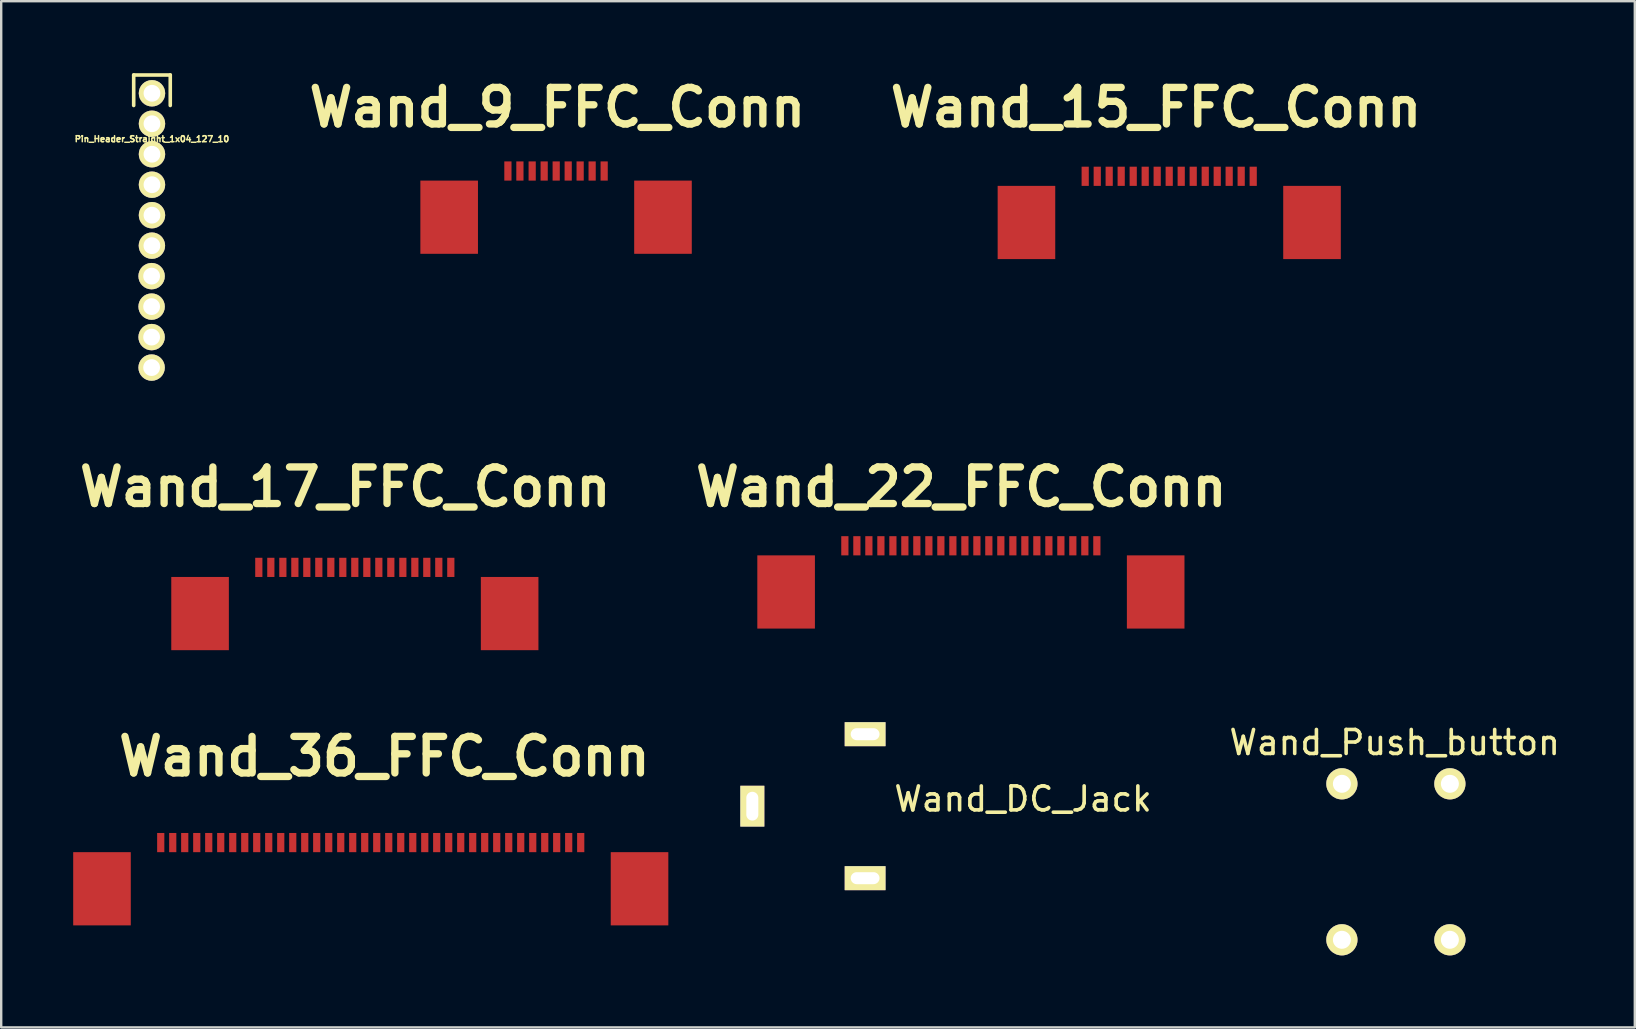
<source format=kicad_pcb>
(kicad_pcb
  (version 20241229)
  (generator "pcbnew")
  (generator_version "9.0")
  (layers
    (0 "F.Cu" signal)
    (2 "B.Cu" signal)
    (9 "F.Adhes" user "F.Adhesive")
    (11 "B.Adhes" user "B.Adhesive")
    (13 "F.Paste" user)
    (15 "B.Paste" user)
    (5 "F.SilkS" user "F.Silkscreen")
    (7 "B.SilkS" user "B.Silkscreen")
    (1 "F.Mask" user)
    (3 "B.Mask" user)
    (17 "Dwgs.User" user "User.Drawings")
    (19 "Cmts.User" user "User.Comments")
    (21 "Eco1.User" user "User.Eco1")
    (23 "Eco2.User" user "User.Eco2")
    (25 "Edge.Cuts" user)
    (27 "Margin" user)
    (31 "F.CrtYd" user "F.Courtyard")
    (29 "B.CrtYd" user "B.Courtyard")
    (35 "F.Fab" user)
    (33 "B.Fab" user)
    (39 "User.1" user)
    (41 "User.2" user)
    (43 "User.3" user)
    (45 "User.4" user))
  (footprint "Wand_Push_button"
    (layer "F.Cu")
    (at 55.068 32.862)
    (property "Reference" "Wand_Push_button" (at 0 -4.97 0) (layer "F.SilkS") (effects (font (size 1 1) (thickness 0.15))))
    (attr through_hole)
    (pad "1" thru_hole circle (at 2.3 -3.25) (size 1.3 1.3) (drill 0.75) (layers "*.Cu" "*.Mask" "F.SilkS"))
    (pad "2" thru_hole circle (at 2.3 3.25) (size 1.3 1.3) (drill 0.75) (layers "*.Cu" "*.Mask" "F.SilkS"))
    (pad "3" thru_hole circle (at -2.2 -3.25) (size 1.3 1.3) (drill 0.75) (layers "*.Cu" "*.Mask" "F.SilkS"))
    (pad "4" thru_hole circle (at -2.2 3.25) (size 1.3 1.3) (drill 0.75) (layers "*.Cu" "*.Mask" "F.SilkS")))
  (footprint "Wand_DC_Jack"
    (layer "F.Cu")
    (at 31.8 30.544)
    (property "Reference" "Wand_DC_Jack" (at 7.78 -0.3 0) (layer "F.SilkS") (effects (font (size 1 1) (thickness 0.15))))
    (attr through_hole)
    (pad "1" thru_hole rect (at 1.2 3) (size 1.7 1) (drill oval 1.2 0.5) (layers "*.Cu" "*.Mask" "F.SilkS"))
    (pad "2" thru_hole rect (at 1.2 -3) (size 1.7 1) (drill oval 1.2 0.5) (layers "*.Cu" "*.Mask" "F.SilkS"))
    (pad "3" thru_hole rect (at -3.5 0) (size 1 1.7) (drill oval 0.5 1.2) (layers "*.Cu" "*.Mask" "F.SilkS")))
  (footprint "Wand_15_FFC_Conn"
    (layer "F.Cu")
    (at 44.422 4.296)
    (property "Reference" "Wand_15_FFC_Conn" (at 0.7 -2.87 0) (layer "F.SilkS") (effects (font (size 1.524 1.524) (thickness 0.305))))
    (attr through_hole)
    (pad "" smd rect (at -4.699 1.925) (size 2.4 3.051) (layers "F.Cu" "F.Mask" "F.Paste"))
    (pad "" smd rect (at 7.201 1.925) (size 2.4 3.051) (layers "F.Cu" "F.Mask" "F.Paste"))
    (pad "1" smd rect (at 4.75 0) (size 0.3 0.8) (layers "F.Cu" "F.Mask" "F.Paste"))
    (pad "2" smd rect (at 4.249 0) (size 0.3 0.8) (layers "F.Cu" "F.Mask" "F.Paste"))
    (pad "3" smd rect (at 3.749 0) (size 0.3 0.8) (layers "F.Cu" "F.Mask" "F.Paste"))
    (pad "4" smd rect (at 3.251 0) (size 0.3 0.8) (layers "F.Cu" "F.Mask" "F.Paste"))
    (pad "5" smd rect (at 2.751 0) (size 0.3 0.8) (layers "F.Cu" "F.Mask" "F.Paste"))
    (pad "6" smd rect (at 2.25 0) (size 0.3 0.8) (layers "F.Cu" "F.Mask" "F.Paste"))
    (pad "7" smd rect (at 1.75 0) (size 0.3 0.8) (layers "F.Cu" "F.Mask" "F.Paste"))
    (pad "8" smd rect (at 1.25 0) (size 0.3 0.8) (layers "F.Cu" "F.Mask" "F.Paste"))
    (pad "9" smd rect (at 0.749 0) (size 0.3 0.8) (layers "F.Cu" "F.Mask" "F.Paste"))
    (pad "10" smd rect (at 0.249 0) (size 0.3 0.8) (layers "F.Cu" "F.Mask" "F.Paste"))
    (pad "11" smd rect (at -0.25 0) (size 0.3 0.8) (layers "F.Cu" "F.Mask" "F.Paste"))
    (pad "12" smd rect (at -0.751 0) (size 0.3 0.8) (layers "F.Cu" "F.Mask" "F.Paste"))
    (pad "13" smd rect (at -1.251 0) (size 0.3 0.8) (layers "F.Cu" "F.Mask" "F.Paste"))
    (pad "14" smd rect (at -1.749 0) (size 0.3 0.8) (layers "F.Cu" "F.Mask" "F.Paste"))
    (pad "15" smd rect (at -2.251 0) (size 0.3 0.8) (layers "F.Cu" "F.Mask" "F.Paste")))
  (footprint "Wand_17_FFC_Conn"
    (layer "F.Cu")
    (at 10.986 20.593)
    (property "Reference" "Wand_17_FFC_Conn" (at 0.35 -3.35 0) (layer "F.SilkS") (effects (font (size 1.524 1.524) (thickness 0.305))))
    (attr through_hole)
    (pad "" smd rect (at -5.699 1.925) (size 2.4 3.051) (layers "F.Cu" "F.Mask" "F.Paste"))
    (pad "" smd rect (at 7.201 1.925) (size 2.4 3.051) (layers "F.Cu" "F.Mask" "F.Paste"))
    (pad "1" smd rect (at 4.75 0) (size 0.3 0.8) (layers "F.Cu" "F.Mask" "F.Paste"))
    (pad "2" smd rect (at 4.249 0) (size 0.3 0.8) (layers "F.Cu" "F.Mask" "F.Paste"))
    (pad "3" smd rect (at 3.749 0) (size 0.3 0.8) (layers "F.Cu" "F.Mask" "F.Paste"))
    (pad "4" smd rect (at 3.251 0) (size 0.3 0.8) (layers "F.Cu" "F.Mask" "F.Paste"))
    (pad "5" smd rect (at 2.751 0) (size 0.3 0.8) (layers "F.Cu" "F.Mask" "F.Paste"))
    (pad "6" smd rect (at 2.25 0) (size 0.3 0.8) (layers "F.Cu" "F.Mask" "F.Paste"))
    (pad "7" smd rect (at 1.75 0) (size 0.3 0.8) (layers "F.Cu" "F.Mask" "F.Paste"))
    (pad "8" smd rect (at 1.25 0) (size 0.3 0.8) (layers "F.Cu" "F.Mask" "F.Paste"))
    (pad "9" smd rect (at 0.749 0) (size 0.3 0.8) (layers "F.Cu" "F.Mask" "F.Paste"))
    (pad "10" smd rect (at 0.249 0) (size 0.3 0.8) (layers "F.Cu" "F.Mask" "F.Paste"))
    (pad "11" smd rect (at -0.25 0) (size 0.3 0.8) (layers "F.Cu" "F.Mask" "F.Paste"))
    (pad "12" smd rect (at -0.751 0) (size 0.3 0.8) (layers "F.Cu" "F.Mask" "F.Paste"))
    (pad "13" smd rect (at -1.251 0) (size 0.3 0.8) (layers "F.Cu" "F.Mask" "F.Paste"))
    (pad "14" smd rect (at -1.749 0) (size 0.3 0.8) (layers "F.Cu" "F.Mask" "F.Paste"))
    (pad "15" smd rect (at -2.249 0) (size 0.3 0.8) (layers "F.Cu" "F.Mask" "F.Paste"))
    (pad "16" smd rect (at -2.75 0) (size 0.3 0.8) (layers "F.Cu" "F.Mask" "F.Paste"))
    (pad "17" smd rect (at -3.251 0) (size 0.3 0.8) (layers "F.Cu" "F.Mask" "F.Paste")))
  (footprint "Wand_22_FFC_Conn"
    (layer "F.Cu")
    (at 37.907 19.693)
    (property "Reference" "Wand_22_FFC_Conn" (at -0.9 -2.45 0) (layer "F.SilkS") (effects (font (size 1.524 1.524) (thickness 0.305))))
    (attr through_hole)
    (pad "" smd rect (at -8.199 1.925) (size 2.4 3.051) (layers "F.Cu" "F.Mask" "F.Paste"))
    (pad "" smd rect (at 7.201 1.925) (size 2.4 3.051) (layers "F.Cu" "F.Mask" "F.Paste"))
    (pad "1" smd rect (at 4.75 0) (size 0.3 0.8) (layers "F.Cu" "F.Mask" "F.Paste"))
    (pad "2" smd rect (at 4.249 0) (size 0.3 0.8) (layers "F.Cu" "F.Mask" "F.Paste"))
    (pad "3" smd rect (at 3.749 0) (size 0.3 0.8) (layers "F.Cu" "F.Mask" "F.Paste"))
    (pad "4" smd rect (at 3.251 0) (size 0.3 0.8) (layers "F.Cu" "F.Mask" "F.Paste"))
    (pad "5" smd rect (at 2.751 0) (size 0.3 0.8) (layers "F.Cu" "F.Mask" "F.Paste"))
    (pad "6" smd rect (at 2.25 0) (size 0.3 0.8) (layers "F.Cu" "F.Mask" "F.Paste"))
    (pad "7" smd rect (at 1.75 0) (size 0.3 0.8) (layers "F.Cu" "F.Mask" "F.Paste"))
    (pad "8" smd rect (at 1.25 0) (size 0.3 0.8) (layers "F.Cu" "F.Mask" "F.Paste"))
    (pad "9" smd rect (at 0.749 0) (size 0.3 0.8) (layers "F.Cu" "F.Mask" "F.Paste"))
    (pad "10" smd rect (at 0.249 0) (size 0.3 0.8) (layers "F.Cu" "F.Mask" "F.Paste"))
    (pad "11" smd rect (at -0.249 0) (size 0.3 0.8) (layers "F.Cu" "F.Mask" "F.Paste"))
    (pad "12" smd rect (at -0.749 0) (size 0.3 0.8) (layers "F.Cu" "F.Mask" "F.Paste"))
    (pad "13" smd rect (at -1.25 0) (size 0.3 0.8) (layers "F.Cu" "F.Mask" "F.Paste"))
    (pad "14" smd rect (at -1.75 0) (size 0.3 0.8) (layers "F.Cu" "F.Mask" "F.Paste"))
    (pad "15" smd rect (at -2.25 0) (size 0.3 0.8) (layers "F.Cu" "F.Mask" "F.Paste"))
    (pad "16" smd rect (at -2.751 0) (size 0.3 0.8) (layers "F.Cu" "F.Mask" "F.Paste"))
    (pad "17" smd rect (at -3.251 0) (size 0.3 0.8) (layers "F.Cu" "F.Mask" "F.Paste"))
    (pad "18" smd rect (at -3.749 0) (size 0.3 0.8) (layers "F.Cu" "F.Mask" "F.Paste"))
    (pad "19" smd rect (at -4.249 0) (size 0.3 0.8) (layers "F.Cu" "F.Mask" "F.Paste"))
    (pad "20" smd rect (at -4.75 0) (size 0.3 0.8) (layers "F.Cu" "F.Mask" "F.Paste"))
    (pad "21" smd rect (at -5.25 0) (size 0.3 0.8) (layers "F.Cu" "F.Mask" "F.Paste"))
    (pad "22" smd rect (at -5.751 0) (size 0.3 0.8) (layers "F.Cu" "F.Mask" "F.Paste")))
  (footprint "Wand_36_FFC_Conn"
    (layer "F.Cu")
    (at 16.399 32.061)
    (property "Reference" "Wand_36_FFC_Conn" (at -3.43 -3.59 0) (layer "F.SilkS") (effects (font (size 1.524 1.524) (thickness 0.305))))
    (attr through_hole)
    (pad "" smd rect (at -15.199 1.925) (size 2.4 3.051) (layers "F.Cu" "F.Mask" "F.Paste"))
    (pad "" smd rect (at 7.201 1.925) (size 2.4 3.051) (layers "F.Cu" "F.Mask" "F.Paste"))
    (pad "1" smd rect (at 4.75 0) (size 0.3 0.8) (layers "F.Cu" "F.Mask" "F.Paste"))
    (pad "2" smd rect (at 4.249 0) (size 0.3 0.8) (layers "F.Cu" "F.Mask" "F.Paste"))
    (pad "3" smd rect (at 3.749 0) (size 0.3 0.8) (layers "F.Cu" "F.Mask" "F.Paste"))
    (pad "4" smd rect (at 3.251 0) (size 0.3 0.8) (layers "F.Cu" "F.Mask" "F.Paste"))
    (pad "5" smd rect (at 2.751 0) (size 0.3 0.8) (layers "F.Cu" "F.Mask" "F.Paste"))
    (pad "6" smd rect (at 2.25 0) (size 0.3 0.8) (layers "F.Cu" "F.Mask" "F.Paste"))
    (pad "7" smd rect (at 1.75 0) (size 0.3 0.8) (layers "F.Cu" "F.Mask" "F.Paste"))
    (pad "8" smd rect (at 1.25 0) (size 0.3 0.8) (layers "F.Cu" "F.Mask" "F.Paste"))
    (pad "9" smd rect (at 0.749 0) (size 0.3 0.8) (layers "F.Cu" "F.Mask" "F.Paste"))
    (pad "10" smd rect (at 0.249 0) (size 0.3 0.8) (layers "F.Cu" "F.Mask" "F.Paste"))
    (pad "11" smd rect (at -0.25 0) (size 0.3 0.8) (layers "F.Cu" "F.Mask" "F.Paste"))
    (pad "12" smd rect (at -0.751 0) (size 0.3 0.8) (layers "F.Cu" "F.Mask" "F.Paste"))
    (pad "13" smd rect (at -1.251 0) (size 0.3 0.8) (layers "F.Cu" "F.Mask" "F.Paste"))
    (pad "14" smd rect (at -1.749 0) (size 0.3 0.8) (layers "F.Cu" "F.Mask" "F.Paste"))
    (pad "15" smd rect (at -2.249 0) (size 0.3 0.8) (layers "F.Cu" "F.Mask" "F.Paste"))
    (pad "16" smd rect (at -2.75 0) (size 0.3 0.8) (layers "F.Cu" "F.Mask" "F.Paste"))
    (pad "17" smd rect (at -3.25 0) (size 0.3 0.8) (layers "F.Cu" "F.Mask" "F.Paste"))
    (pad "18" smd rect (at -3.75 0) (size 0.3 0.8) (layers "F.Cu" "F.Mask" "F.Paste"))
    (pad "19" smd rect (at -4.251 0) (size 0.3 0.8) (layers "F.Cu" "F.Mask" "F.Paste"))
    (pad "20" smd rect (at -4.751 0) (size 0.3 0.8) (layers "F.Cu" "F.Mask" "F.Paste"))
    (pad "21" smd rect (at -5.25 0) (size 0.3 0.8) (layers "F.Cu" "F.Mask" "F.Paste"))
    (pad "22" smd rect (at -5.751 0) (size 0.3 0.8) (layers "F.Cu" "F.Mask" "F.Paste"))
    (pad "23" smd rect (at -6.251 0) (size 0.3 0.8) (layers "F.Cu" "F.Mask" "F.Paste"))
    (pad "24" smd rect (at -6.75 0) (size 0.3 0.8) (layers "F.Cu" "F.Mask" "F.Paste"))
    (pad "25" smd rect (at -7.25 0) (size 0.3 0.8) (layers "F.Cu" "F.Mask" "F.Paste"))
    (pad "26" smd rect (at -7.75 0) (size 0.3 0.8) (layers "F.Cu" "F.Mask" "F.Paste"))
    (pad "27" smd rect (at -8.251 0) (size 0.3 0.8) (layers "F.Cu" "F.Mask" "F.Paste"))
    (pad "28" smd rect (at -8.751 0) (size 0.3 0.8) (layers "F.Cu" "F.Mask" "F.Paste"))
    (pad "29" smd rect (at -9.25 0) (size 0.3 0.8) (layers "F.Cu" "F.Mask" "F.Paste"))
    (pad "30" smd rect (at -9.751 0) (size 0.3 0.8) (layers "F.Cu" "F.Mask" "F.Paste"))
    (pad "31" smd rect (at -10.251 0) (size 0.3 0.8) (layers "F.Cu" "F.Mask" "F.Paste"))
    (pad "32" smd rect (at -10.751 0) (size 0.3 0.8) (layers "F.Cu" "F.Mask" "F.Paste"))
    (pad "33" smd rect (at -11.25 0) (size 0.3 0.8) (layers "F.Cu" "F.Mask" "F.Paste"))
    (pad "34" smd rect (at -11.751 0) (size 0.3 0.8) (layers "F.Cu" "F.Mask" "F.Paste"))
    (pad "35" smd rect (at -12.251 0) (size 0.3 0.8) (layers "F.Cu" "F.Mask" "F.Paste"))
    (pad "36" smd rect (at -12.751 0) (size 0.3 0.8) (layers "F.Cu" "F.Mask" "F.Paste")))
  (footprint "Wand_9_FFC_Conn"
    (layer "F.Cu")
    (at 17.376 4.076)
    (property "Reference" "Wand_9_FFC_Conn" (at 2.8 -2.65 0) (layer "F.SilkS") (effects (font (size 1.524 1.524) (thickness 0.305))))
    (attr through_hole)
    (pad "" smd rect (at -1.709 1.925) (size 2.4 3.051) (layers "F.Cu" "F.Mask" "F.Paste"))
    (pad "" smd rect (at 7.201 1.925) (size 2.4 3.051) (layers "F.Cu" "F.Mask" "F.Paste"))
    (pad "1" smd rect (at 4.75 0) (size 0.3 0.8) (layers "F.Cu" "F.Mask" "F.Paste"))
    (pad "2" smd rect (at 4.249 0) (size 0.3 0.8) (layers "F.Cu" "F.Mask" "F.Paste"))
    (pad "3" smd rect (at 3.749 0) (size 0.3 0.8) (layers "F.Cu" "F.Mask" "F.Paste"))
    (pad "4" smd rect (at 3.251 0) (size 0.3 0.8) (layers "F.Cu" "F.Mask" "F.Paste"))
    (pad "5" smd rect (at 2.751 0) (size 0.3 0.8) (layers "F.Cu" "F.Mask" "F.Paste"))
    (pad "6" smd rect (at 2.25 0) (size 0.3 0.8) (layers "F.Cu" "F.Mask" "F.Paste"))
    (pad "7" smd rect (at 1.75 0) (size 0.3 0.8) (layers "F.Cu" "F.Mask" "F.Paste"))
    (pad "8" smd rect (at 1.239 0) (size 0.3 0.8) (layers "F.Cu" "F.Mask" "F.Paste"))
    (pad "9" smd rect (at 0.739 0) (size 0.3 0.8) (layers "F.Cu" "F.Mask" "F.Paste")))
  (footprint "Pin_Header_Straight_1x04_127_10"
    (layer "F.Cu")
    (at 3.283 0.837)
    (property "Reference" "Pin_Header_Straight_1x04_127_10" (at 0 1.905 0) (layer "F.SilkS") (effects (font (size 0.25 0.25) (thickness 0.062))))
    (attr through_hole)
    (fp_line (start -0.762 -0.762) (end 0.762 -0.762) (stroke (width 0.15) (type solid)) (layer "F.SilkS"))
    (fp_line (start -0.762 0.508) (end -0.762 -0.762) (stroke (width 0.15) (type solid)) (layer "F.SilkS"))
    (fp_line (start 0.762 -0.762) (end 0.762 0.508) (stroke (width 0.15) (type solid)) (layer "F.SilkS"))
    (pad "1" thru_hole circle (at 0 0) (size 1.1 1.1) (drill 0.7) (layers "*.Cu" "*.Mask" "F.SilkS"))
    (pad "2" thru_hole circle (at 0 1.27) (size 1.1 1.1) (drill 0.7) (layers "*.Cu" "*.Mask" "F.SilkS"))
    (pad "3" thru_hole circle (at 0 2.54) (size 1.1 1.1) (drill 0.7) (layers "*.Cu" "*.Mask" "F.SilkS"))
    (pad "4" thru_hole circle (at 0 3.81) (size 1.1 1.1) (drill 0.7) (layers "*.Cu" "*.Mask" "F.SilkS"))
    (pad "5" thru_hole circle (at 0 5.08) (size 1.1 1.1) (drill 0.7) (layers "*.Cu" "*.Mask" "F.SilkS"))
    (pad "6" thru_hole circle (at -0.003 6.35) (size 1.1 1.1) (drill 0.7) (layers "*.Cu" "*.Mask" "F.SilkS"))
    (pad "7" thru_hole circle (at -0.015 7.62) (size 1.1 1.1) (drill 0.7) (layers "*.Cu" "*.Mask" "F.SilkS"))
    (pad "8" thru_hole circle (at -0.015 8.89) (size 1.1 1.1) (drill 0.7) (layers "*.Cu" "*.Mask" "F.SilkS"))
    (pad "9" thru_hole circle (at -0.015 10.16) (size 1.1 1.1) (drill 0.7) (layers "*.Cu" "*.Mask" "F.SilkS"))
    (pad "10" thru_hole circle (at -0.015 11.43) (size 1.1 1.1) (drill 0.7) (layers "*.Cu" "*.Mask" "F.SilkS")))
  (gr_rect
    (start -3 -3)
    (end 65.074 39.762)
    (stroke (width 0.1) (type default))
    (fill no)
    (layer "Edge.Cuts")))
</source>
